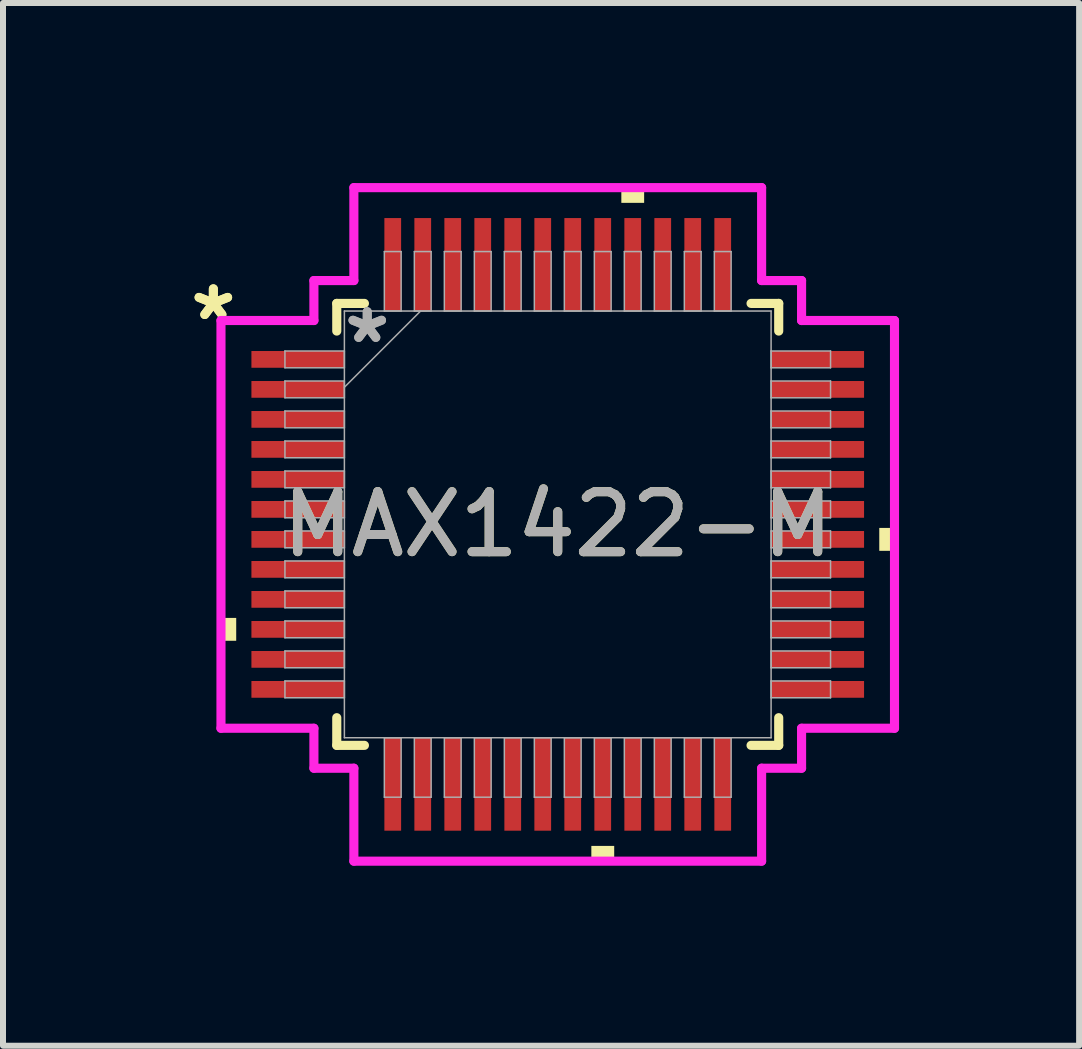
<source format=kicad_pcb>
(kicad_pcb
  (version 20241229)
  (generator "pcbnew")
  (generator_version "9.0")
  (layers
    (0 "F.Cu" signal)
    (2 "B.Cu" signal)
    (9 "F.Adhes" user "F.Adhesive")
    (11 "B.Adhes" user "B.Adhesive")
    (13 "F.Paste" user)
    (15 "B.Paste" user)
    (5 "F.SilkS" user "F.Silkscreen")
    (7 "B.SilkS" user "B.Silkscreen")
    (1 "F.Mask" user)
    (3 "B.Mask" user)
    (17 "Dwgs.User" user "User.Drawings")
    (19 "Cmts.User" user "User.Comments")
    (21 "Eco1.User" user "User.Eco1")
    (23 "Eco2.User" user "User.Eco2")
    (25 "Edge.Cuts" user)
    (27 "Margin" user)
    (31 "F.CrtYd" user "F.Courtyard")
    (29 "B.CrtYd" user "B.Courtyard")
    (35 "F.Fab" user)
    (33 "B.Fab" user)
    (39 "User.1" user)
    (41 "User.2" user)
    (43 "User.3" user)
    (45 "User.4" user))
  (footprint "MAX1422-M"
    (layer "F.Cu")
    (at 6.246 5.69)
    (property "Reference" "MAX1422-M" (at 0 0 0) (unlocked yes) (layer "F.SilkS") (effects (font (size 1 1) (thickness 0.15))))
    (attr smd)
    (fp_line (start -3.683 -3.683) (end -3.683 -3.222) (stroke (width 0.152) (type solid)) (layer "F.SilkS"))
    (fp_line (start -3.683 3.222) (end -3.683 3.683) (stroke (width 0.152) (type solid)) (layer "F.SilkS"))
    (fp_line (start -3.683 3.683) (end -3.222 3.683) (stroke (width 0.152) (type solid)) (layer "F.SilkS"))
    (fp_line (start -3.222 -3.683) (end -3.683 -3.683) (stroke (width 0.152) (type solid)) (layer "F.SilkS"))
    (fp_line (start 3.222 3.683) (end 3.683 3.683) (stroke (width 0.152) (type solid)) (layer "F.SilkS"))
    (fp_line (start 3.683 -3.683) (end 3.222 -3.683) (stroke (width 0.152) (type solid)) (layer "F.SilkS"))
    (fp_line (start 3.683 -3.222) (end 3.683 -3.683) (stroke (width 0.152) (type solid)) (layer "F.SilkS"))
    (fp_line (start 3.683 3.683) (end 3.683 3.222) (stroke (width 0.152) (type solid)) (layer "F.SilkS"))
    (fp_poly (pts (xy -5.613 1.559) (xy -5.613 1.94) (xy -5.359 1.94) (xy -5.359 1.559)) (stroke (width 0) (type solid)) (fill yes) (layer "F.SilkS"))
    (fp_poly (pts (xy 0.56 5.359) (xy 0.56 5.613) (xy 0.941 5.613) (xy 0.941 5.359)) (stroke (width 0) (type solid)) (fill yes) (layer "F.SilkS"))
    (fp_poly (pts (xy 1.06 -5.359) (xy 1.06 -5.613) (xy 1.44 -5.613) (xy 1.44 -5.359)) (stroke (width 0) (type solid)) (fill yes) (layer "F.SilkS"))
    (fp_poly (pts (xy 5.613 0.059) (xy 5.613 0.441) (xy 5.359 0.441) (xy 5.359 0.059)) (stroke (width 0) (type solid)) (fill yes) (layer "F.SilkS"))
    (fp_line (start -5.613 -3.398) (end -4.064 -3.398) (stroke (width 0.152) (type solid)) (layer "F.CrtYd"))
    (fp_line (start -5.613 3.398) (end -5.613 -3.398) (stroke (width 0.152) (type solid)) (layer "F.CrtYd"))
    (fp_line (start -4.064 -4.064) (end -3.398 -4.064) (stroke (width 0.152) (type solid)) (layer "F.CrtYd"))
    (fp_line (start -4.064 -3.398) (end -4.064 -4.064) (stroke (width 0.152) (type solid)) (layer "F.CrtYd"))
    (fp_line (start -4.064 3.398) (end -5.613 3.398) (stroke (width 0.152) (type solid)) (layer "F.CrtYd"))
    (fp_line (start -4.064 4.064) (end -4.064 3.398) (stroke (width 0.152) (type solid)) (layer "F.CrtYd"))
    (fp_line (start -4.064 4.064) (end -3.398 4.064) (stroke (width 0.152) (type solid)) (layer "F.CrtYd"))
    (fp_line (start -3.398 -5.613) (end 3.398 -5.613) (stroke (width 0.152) (type solid)) (layer "F.CrtYd"))
    (fp_line (start -3.398 -4.064) (end -3.398 -5.613) (stroke (width 0.152) (type solid)) (layer "F.CrtYd"))
    (fp_line (start -3.398 4.064) (end -3.398 5.613) (stroke (width 0.152) (type solid)) (layer "F.CrtYd"))
    (fp_line (start -3.398 5.613) (end 3.398 5.613) (stroke (width 0.152) (type solid)) (layer "F.CrtYd"))
    (fp_line (start 3.398 -5.613) (end 3.398 -4.064) (stroke (width 0.152) (type solid)) (layer "F.CrtYd"))
    (fp_line (start 3.398 -4.064) (end 4.064 -4.064) (stroke (width 0.152) (type solid)) (layer "F.CrtYd"))
    (fp_line (start 3.398 4.064) (end 4.064 4.064) (stroke (width 0.152) (type solid)) (layer "F.CrtYd"))
    (fp_line (start 3.398 5.613) (end 3.398 4.064) (stroke (width 0.152) (type solid)) (layer "F.CrtYd"))
    (fp_line (start 4.064 -3.398) (end 4.064 -4.064) (stroke (width 0.152) (type solid)) (layer "F.CrtYd"))
    (fp_line (start 4.064 3.398) (end 5.613 3.398) (stroke (width 0.152) (type solid)) (layer "F.CrtYd"))
    (fp_line (start 4.064 4.064) (end 4.064 3.398) (stroke (width 0.152) (type solid)) (layer "F.CrtYd"))
    (fp_line (start 5.613 -3.398) (end 4.064 -3.398) (stroke (width 0.152) (type solid)) (layer "F.CrtYd"))
    (fp_line (start 5.613 3.398) (end 5.613 -3.398) (stroke (width 0.152) (type solid)) (layer "F.CrtYd"))
    (fp_line (start -4.547 -2.89) (end -4.547 -2.61) (stroke (width 0.025) (type solid)) (layer "F.Fab"))
    (fp_line (start -4.547 -2.61) (end -3.556 -2.61) (stroke (width 0.025) (type solid)) (layer "F.Fab"))
    (fp_line (start -4.547 -2.39) (end -4.547 -2.11) (stroke (width 0.025) (type solid)) (layer "F.Fab"))
    (fp_line (start -4.547 -2.11) (end -3.556 -2.11) (stroke (width 0.025) (type solid)) (layer "F.Fab"))
    (fp_line (start -4.547 -1.89) (end -4.547 -1.61) (stroke (width 0.025) (type solid)) (layer "F.Fab"))
    (fp_line (start -4.547 -1.61) (end -3.556 -1.61) (stroke (width 0.025) (type solid)) (layer "F.Fab"))
    (fp_line (start -4.547 -1.39) (end -4.547 -1.11) (stroke (width 0.025) (type solid)) (layer "F.Fab"))
    (fp_line (start -4.547 -1.11) (end -3.556 -1.11) (stroke (width 0.025) (type solid)) (layer "F.Fab"))
    (fp_line (start -4.547 -0.89) (end -4.547 -0.61) (stroke (width 0.025) (type solid)) (layer "F.Fab"))
    (fp_line (start -4.547 -0.61) (end -3.556 -0.61) (stroke (width 0.025) (type solid)) (layer "F.Fab"))
    (fp_line (start -4.547 -0.39) (end -4.547 -0.11) (stroke (width 0.025) (type solid)) (layer "F.Fab"))
    (fp_line (start -4.547 -0.11) (end -3.556 -0.11) (stroke (width 0.025) (type solid)) (layer "F.Fab"))
    (fp_line (start -4.547 0.11) (end -4.547 0.39) (stroke (width 0.025) (type solid)) (layer "F.Fab"))
    (fp_line (start -4.547 0.39) (end -3.556 0.39) (stroke (width 0.025) (type solid)) (layer "F.Fab"))
    (fp_line (start -4.547 0.61) (end -4.547 0.89) (stroke (width 0.025) (type solid)) (layer "F.Fab"))
    (fp_line (start -4.547 0.89) (end -3.556 0.89) (stroke (width 0.025) (type solid)) (layer "F.Fab"))
    (fp_line (start -4.547 1.11) (end -4.547 1.39) (stroke (width 0.025) (type solid)) (layer "F.Fab"))
    (fp_line (start -4.547 1.39) (end -3.556 1.39) (stroke (width 0.025) (type solid)) (layer "F.Fab"))
    (fp_line (start -4.547 1.61) (end -4.547 1.89) (stroke (width 0.025) (type solid)) (layer "F.Fab"))
    (fp_line (start -4.547 1.89) (end -3.556 1.89) (stroke (width 0.025) (type solid)) (layer "F.Fab"))
    (fp_line (start -4.547 2.11) (end -4.547 2.39) (stroke (width 0.025) (type solid)) (layer "F.Fab"))
    (fp_line (start -4.547 2.39) (end -3.556 2.39) (stroke (width 0.025) (type solid)) (layer "F.Fab"))
    (fp_line (start -4.547 2.61) (end -4.547 2.89) (stroke (width 0.025) (type solid)) (layer "F.Fab"))
    (fp_line (start -4.547 2.89) (end -3.556 2.89) (stroke (width 0.025) (type solid)) (layer "F.Fab"))
    (fp_line (start -3.556 -3.556) (end -3.556 3.556) (stroke (width 0.025) (type solid)) (layer "F.Fab"))
    (fp_line (start -3.556 -2.89) (end -4.547 -2.89) (stroke (width 0.025) (type solid)) (layer "F.Fab"))
    (fp_line (start -3.556 -2.61) (end -3.556 -2.89) (stroke (width 0.025) (type solid)) (layer "F.Fab"))
    (fp_line (start -3.556 -2.39) (end -4.547 -2.39) (stroke (width 0.025) (type solid)) (layer "F.Fab"))
    (fp_line (start -3.556 -2.286) (end -2.286 -3.556) (stroke (width 0.025) (type solid)) (layer "F.Fab"))
    (fp_line (start -3.556 -2.11) (end -3.556 -2.39) (stroke (width 0.025) (type solid)) (layer "F.Fab"))
    (fp_line (start -3.556 -1.89) (end -4.547 -1.89) (stroke (width 0.025) (type solid)) (layer "F.Fab"))
    (fp_line (start -3.556 -1.61) (end -3.556 -1.89) (stroke (width 0.025) (type solid)) (layer "F.Fab"))
    (fp_line (start -3.556 -1.39) (end -4.547 -1.39) (stroke (width 0.025) (type solid)) (layer "F.Fab"))
    (fp_line (start -3.556 -1.11) (end -3.556 -1.39) (stroke (width 0.025) (type solid)) (layer "F.Fab"))
    (fp_line (start -3.556 -0.89) (end -4.547 -0.89) (stroke (width 0.025) (type solid)) (layer "F.Fab"))
    (fp_line (start -3.556 -0.61) (end -3.556 -0.89) (stroke (width 0.025) (type solid)) (layer "F.Fab"))
    (fp_line (start -3.556 -0.39) (end -4.547 -0.39) (stroke (width 0.025) (type solid)) (layer "F.Fab"))
    (fp_line (start -3.556 -0.11) (end -3.556 -0.39) (stroke (width 0.025) (type solid)) (layer "F.Fab"))
    (fp_line (start -3.556 0.11) (end -4.547 0.11) (stroke (width 0.025) (type solid)) (layer "F.Fab"))
    (fp_line (start -3.556 0.39) (end -3.556 0.11) (stroke (width 0.025) (type solid)) (layer "F.Fab"))
    (fp_line (start -3.556 0.61) (end -4.547 0.61) (stroke (width 0.025) (type solid)) (layer "F.Fab"))
    (fp_line (start -3.556 0.89) (end -3.556 0.61) (stroke (width 0.025) (type solid)) (layer "F.Fab"))
    (fp_line (start -3.556 1.11) (end -4.547 1.11) (stroke (width 0.025) (type solid)) (layer "F.Fab"))
    (fp_line (start -3.556 1.39) (end -3.556 1.11) (stroke (width 0.025) (type solid)) (layer "F.Fab"))
    (fp_line (start -3.556 1.61) (end -4.547 1.61) (stroke (width 0.025) (type solid)) (layer "F.Fab"))
    (fp_line (start -3.556 1.89) (end -3.556 1.61) (stroke (width 0.025) (type solid)) (layer "F.Fab"))
    (fp_line (start -3.556 2.11) (end -4.547 2.11) (stroke (width 0.025) (type solid)) (layer "F.Fab"))
    (fp_line (start -3.556 2.39) (end -3.556 2.11) (stroke (width 0.025) (type solid)) (layer "F.Fab"))
    (fp_line (start -3.556 2.61) (end -4.547 2.61) (stroke (width 0.025) (type solid)) (layer "F.Fab"))
    (fp_line (start -3.556 2.89) (end -3.556 2.61) (stroke (width 0.025) (type solid)) (layer "F.Fab"))
    (fp_line (start -3.556 3.556) (end 3.556 3.556) (stroke (width 0.025) (type solid)) (layer "F.Fab"))
    (fp_line (start -2.89 -4.547) (end -2.89 -3.556) (stroke (width 0.025) (type solid)) (layer "F.Fab"))
    (fp_line (start -2.89 -3.556) (end -2.61 -3.556) (stroke (width 0.025) (type solid)) (layer "F.Fab"))
    (fp_line (start -2.89 3.556) (end -2.89 4.547) (stroke (width 0.025) (type solid)) (layer "F.Fab"))
    (fp_line (start -2.89 4.547) (end -2.61 4.547) (stroke (width 0.025) (type solid)) (layer "F.Fab"))
    (fp_line (start -2.61 -4.547) (end -2.89 -4.547) (stroke (width 0.025) (type solid)) (layer "F.Fab"))
    (fp_line (start -2.61 -3.556) (end -2.61 -4.547) (stroke (width 0.025) (type solid)) (layer "F.Fab"))
    (fp_line (start -2.61 3.556) (end -2.89 3.556) (stroke (width 0.025) (type solid)) (layer "F.Fab"))
    (fp_line (start -2.61 4.547) (end -2.61 3.556) (stroke (width 0.025) (type solid)) (layer "F.Fab"))
    (fp_line (start -2.39 -4.547) (end -2.39 -3.556) (stroke (width 0.025) (type solid)) (layer "F.Fab"))
    (fp_line (start -2.39 -3.556) (end -2.11 -3.556) (stroke (width 0.025) (type solid)) (layer "F.Fab"))
    (fp_line (start -2.39 3.556) (end -2.39 4.547) (stroke (width 0.025) (type solid)) (layer "F.Fab"))
    (fp_line (start -2.39 4.547) (end -2.11 4.547) (stroke (width 0.025) (type solid)) (layer "F.Fab"))
    (fp_line (start -2.11 -4.547) (end -2.39 -4.547) (stroke (width 0.025) (type solid)) (layer "F.Fab"))
    (fp_line (start -2.11 -3.556) (end -2.11 -4.547) (stroke (width 0.025) (type solid)) (layer "F.Fab"))
    (fp_line (start -2.11 3.556) (end -2.39 3.556) (stroke (width 0.025) (type solid)) (layer "F.Fab"))
    (fp_line (start -2.11 4.547) (end -2.11 3.556) (stroke (width 0.025) (type solid)) (layer "F.Fab"))
    (fp_line (start -1.89 -4.547) (end -1.89 -3.556) (stroke (width 0.025) (type solid)) (layer "F.Fab"))
    (fp_line (start -1.89 -3.556) (end -1.61 -3.556) (stroke (width 0.025) (type solid)) (layer "F.Fab"))
    (fp_line (start -1.89 3.556) (end -1.89 4.547) (stroke (width 0.025) (type solid)) (layer "F.Fab"))
    (fp_line (start -1.89 4.547) (end -1.61 4.547) (stroke (width 0.025) (type solid)) (layer "F.Fab"))
    (fp_line (start -1.61 -4.547) (end -1.89 -4.547) (stroke (width 0.025) (type solid)) (layer "F.Fab"))
    (fp_line (start -1.61 -3.556) (end -1.61 -4.547) (stroke (width 0.025) (type solid)) (layer "F.Fab"))
    (fp_line (start -1.61 3.556) (end -1.89 3.556) (stroke (width 0.025) (type solid)) (layer "F.Fab"))
    (fp_line (start -1.61 4.547) (end -1.61 3.556) (stroke (width 0.025) (type solid)) (layer "F.Fab"))
    (fp_line (start -1.39 -4.547) (end -1.39 -3.556) (stroke (width 0.025) (type solid)) (layer "F.Fab"))
    (fp_line (start -1.39 -3.556) (end -1.11 -3.556) (stroke (width 0.025) (type solid)) (layer "F.Fab"))
    (fp_line (start -1.39 3.556) (end -1.39 4.547) (stroke (width 0.025) (type solid)) (layer "F.Fab"))
    (fp_line (start -1.39 4.547) (end -1.11 4.547) (stroke (width 0.025) (type solid)) (layer "F.Fab"))
    (fp_line (start -1.11 -4.547) (end -1.39 -4.547) (stroke (width 0.025) (type solid)) (layer "F.Fab"))
    (fp_line (start -1.11 -3.556) (end -1.11 -4.547) (stroke (width 0.025) (type solid)) (layer "F.Fab"))
    (fp_line (start -1.11 3.556) (end -1.39 3.556) (stroke (width 0.025) (type solid)) (layer "F.Fab"))
    (fp_line (start -1.11 4.547) (end -1.11 3.556) (stroke (width 0.025) (type solid)) (layer "F.Fab"))
    (fp_line (start -0.89 -4.547) (end -0.89 -3.556) (stroke (width 0.025) (type solid)) (layer "F.Fab"))
    (fp_line (start -0.89 -3.556) (end -0.61 -3.556) (stroke (width 0.025) (type solid)) (layer "F.Fab"))
    (fp_line (start -0.89 3.556) (end -0.89 4.547) (stroke (width 0.025) (type solid)) (layer "F.Fab"))
    (fp_line (start -0.89 4.547) (end -0.61 4.547) (stroke (width 0.025) (type solid)) (layer "F.Fab"))
    (fp_line (start -0.61 -4.547) (end -0.89 -4.547) (stroke (width 0.025) (type solid)) (layer "F.Fab"))
    (fp_line (start -0.61 -3.556) (end -0.61 -4.547) (stroke (width 0.025) (type solid)) (layer "F.Fab"))
    (fp_line (start -0.61 3.556) (end -0.89 3.556) (stroke (width 0.025) (type solid)) (layer "F.Fab"))
    (fp_line (start -0.61 4.547) (end -0.61 3.556) (stroke (width 0.025) (type solid)) (layer "F.Fab"))
    (fp_line (start -0.39 -4.547) (end -0.39 -3.556) (stroke (width 0.025) (type solid)) (layer "F.Fab"))
    (fp_line (start -0.39 -3.556) (end -0.11 -3.556) (stroke (width 0.025) (type solid)) (layer "F.Fab"))
    (fp_line (start -0.39 3.556) (end -0.39 4.547) (stroke (width 0.025) (type solid)) (layer "F.Fab"))
    (fp_line (start -0.39 4.547) (end -0.11 4.547) (stroke (width 0.025) (type solid)) (layer "F.Fab"))
    (fp_line (start -0.11 -4.547) (end -0.39 -4.547) (stroke (width 0.025) (type solid)) (layer "F.Fab"))
    (fp_line (start -0.11 -3.556) (end -0.11 -4.547) (stroke (width 0.025) (type solid)) (layer "F.Fab"))
    (fp_line (start -0.11 3.556) (end -0.39 3.556) (stroke (width 0.025) (type solid)) (layer "F.Fab"))
    (fp_line (start -0.11 4.547) (end -0.11 3.556) (stroke (width 0.025) (type solid)) (layer "F.Fab"))
    (fp_line (start 0.11 -4.547) (end 0.11 -3.556) (stroke (width 0.025) (type solid)) (layer "F.Fab"))
    (fp_line (start 0.11 -3.556) (end 0.39 -3.556) (stroke (width 0.025) (type solid)) (layer "F.Fab"))
    (fp_line (start 0.11 3.556) (end 0.11 4.547) (stroke (width 0.025) (type solid)) (layer "F.Fab"))
    (fp_line (start 0.11 4.547) (end 0.39 4.547) (stroke (width 0.025) (type solid)) (layer "F.Fab"))
    (fp_line (start 0.39 -4.547) (end 0.11 -4.547) (stroke (width 0.025) (type solid)) (layer "F.Fab"))
    (fp_line (start 0.39 -3.556) (end 0.39 -4.547) (stroke (width 0.025) (type solid)) (layer "F.Fab"))
    (fp_line (start 0.39 3.556) (end 0.11 3.556) (stroke (width 0.025) (type solid)) (layer "F.Fab"))
    (fp_line (start 0.39 4.547) (end 0.39 3.556) (stroke (width 0.025) (type solid)) (layer "F.Fab"))
    (fp_line (start 0.61 -4.547) (end 0.61 -3.556) (stroke (width 0.025) (type solid)) (layer "F.Fab"))
    (fp_line (start 0.61 -3.556) (end 0.89 -3.556) (stroke (width 0.025) (type solid)) (layer "F.Fab"))
    (fp_line (start 0.61 3.556) (end 0.61 4.547) (stroke (width 0.025) (type solid)) (layer "F.Fab"))
    (fp_line (start 0.61 4.547) (end 0.89 4.547) (stroke (width 0.025) (type solid)) (layer "F.Fab"))
    (fp_line (start 0.89 -4.547) (end 0.61 -4.547) (stroke (width 0.025) (type solid)) (layer "F.Fab"))
    (fp_line (start 0.89 -3.556) (end 0.89 -4.547) (stroke (width 0.025) (type solid)) (layer "F.Fab"))
    (fp_line (start 0.89 3.556) (end 0.61 3.556) (stroke (width 0.025) (type solid)) (layer "F.Fab"))
    (fp_line (start 0.89 4.547) (end 0.89 3.556) (stroke (width 0.025) (type solid)) (layer "F.Fab"))
    (fp_line (start 1.11 -4.547) (end 1.11 -3.556) (stroke (width 0.025) (type solid)) (layer "F.Fab"))
    (fp_line (start 1.11 -3.556) (end 1.39 -3.556) (stroke (width 0.025) (type solid)) (layer "F.Fab"))
    (fp_line (start 1.11 3.556) (end 1.11 4.547) (stroke (width 0.025) (type solid)) (layer "F.Fab"))
    (fp_line (start 1.11 4.547) (end 1.39 4.547) (stroke (width 0.025) (type solid)) (layer "F.Fab"))
    (fp_line (start 1.39 -4.547) (end 1.11 -4.547) (stroke (width 0.025) (type solid)) (layer "F.Fab"))
    (fp_line (start 1.39 -3.556) (end 1.39 -4.547) (stroke (width 0.025) (type solid)) (layer "F.Fab"))
    (fp_line (start 1.39 3.556) (end 1.11 3.556) (stroke (width 0.025) (type solid)) (layer "F.Fab"))
    (fp_line (start 1.39 4.547) (end 1.39 3.556) (stroke (width 0.025) (type solid)) (layer "F.Fab"))
    (fp_line (start 1.61 -4.547) (end 1.61 -3.556) (stroke (width 0.025) (type solid)) (layer "F.Fab"))
    (fp_line (start 1.61 -3.556) (end 1.89 -3.556) (stroke (width 0.025) (type solid)) (layer "F.Fab"))
    (fp_line (start 1.61 3.556) (end 1.61 4.547) (stroke (width 0.025) (type solid)) (layer "F.Fab"))
    (fp_line (start 1.61 4.547) (end 1.89 4.547) (stroke (width 0.025) (type solid)) (layer "F.Fab"))
    (fp_line (start 1.89 -4.547) (end 1.61 -4.547) (stroke (width 0.025) (type solid)) (layer "F.Fab"))
    (fp_line (start 1.89 -3.556) (end 1.89 -4.547) (stroke (width 0.025) (type solid)) (layer "F.Fab"))
    (fp_line (start 1.89 3.556) (end 1.61 3.556) (stroke (width 0.025) (type solid)) (layer "F.Fab"))
    (fp_line (start 1.89 4.547) (end 1.89 3.556) (stroke (width 0.025) (type solid)) (layer "F.Fab"))
    (fp_line (start 2.11 -4.547) (end 2.11 -3.556) (stroke (width 0.025) (type solid)) (layer "F.Fab"))
    (fp_line (start 2.11 -3.556) (end 2.39 -3.556) (stroke (width 0.025) (type solid)) (layer "F.Fab"))
    (fp_line (start 2.11 3.556) (end 2.11 4.547) (stroke (width 0.025) (type solid)) (layer "F.Fab"))
    (fp_line (start 2.11 4.547) (end 2.39 4.547) (stroke (width 0.025) (type solid)) (layer "F.Fab"))
    (fp_line (start 2.39 -4.547) (end 2.11 -4.547) (stroke (width 0.025) (type solid)) (layer "F.Fab"))
    (fp_line (start 2.39 -3.556) (end 2.39 -4.547) (stroke (width 0.025) (type solid)) (layer "F.Fab"))
    (fp_line (start 2.39 3.556) (end 2.11 3.556) (stroke (width 0.025) (type solid)) (layer "F.Fab"))
    (fp_line (start 2.39 4.547) (end 2.39 3.556) (stroke (width 0.025) (type solid)) (layer "F.Fab"))
    (fp_line (start 2.61 -4.547) (end 2.61 -3.556) (stroke (width 0.025) (type solid)) (layer "F.Fab"))
    (fp_line (start 2.61 -3.556) (end 2.89 -3.556) (stroke (width 0.025) (type solid)) (layer "F.Fab"))
    (fp_line (start 2.61 3.556) (end 2.61 4.547) (stroke (width 0.025) (type solid)) (layer "F.Fab"))
    (fp_line (start 2.61 4.547) (end 2.89 4.547) (stroke (width 0.025) (type solid)) (layer "F.Fab"))
    (fp_line (start 2.89 -4.547) (end 2.61 -4.547) (stroke (width 0.025) (type solid)) (layer "F.Fab"))
    (fp_line (start 2.89 -3.556) (end 2.89 -4.547) (stroke (width 0.025) (type solid)) (layer "F.Fab"))
    (fp_line (start 2.89 3.556) (end 2.61 3.556) (stroke (width 0.025) (type solid)) (layer "F.Fab"))
    (fp_line (start 2.89 4.547) (end 2.89 3.556) (stroke (width 0.025) (type solid)) (layer "F.Fab"))
    (fp_line (start 3.556 -3.556) (end -3.556 -3.556) (stroke (width 0.025) (type solid)) (layer "F.Fab"))
    (fp_line (start 3.556 -2.89) (end 3.556 -2.61) (stroke (width 0.025) (type solid)) (layer "F.Fab"))
    (fp_line (start 3.556 -2.61) (end 4.547 -2.61) (stroke (width 0.025) (type solid)) (layer "F.Fab"))
    (fp_line (start 3.556 -2.39) (end 3.556 -2.11) (stroke (width 0.025) (type solid)) (layer "F.Fab"))
    (fp_line (start 3.556 -2.11) (end 4.547 -2.11) (stroke (width 0.025) (type solid)) (layer "F.Fab"))
    (fp_line (start 3.556 -1.89) (end 3.556 -1.61) (stroke (width 0.025) (type solid)) (layer "F.Fab"))
    (fp_line (start 3.556 -1.61) (end 4.547 -1.61) (stroke (width 0.025) (type solid)) (layer "F.Fab"))
    (fp_line (start 3.556 -1.39) (end 3.556 -1.11) (stroke (width 0.025) (type solid)) (layer "F.Fab"))
    (fp_line (start 3.556 -1.11) (end 4.547 -1.11) (stroke (width 0.025) (type solid)) (layer "F.Fab"))
    (fp_line (start 3.556 -0.89) (end 3.556 -0.61) (stroke (width 0.025) (type solid)) (layer "F.Fab"))
    (fp_line (start 3.556 -0.61) (end 4.547 -0.61) (stroke (width 0.025) (type solid)) (layer "F.Fab"))
    (fp_line (start 3.556 -0.39) (end 3.556 -0.11) (stroke (width 0.025) (type solid)) (layer "F.Fab"))
    (fp_line (start 3.556 -0.11) (end 4.547 -0.11) (stroke (width 0.025) (type solid)) (layer "F.Fab"))
    (fp_line (start 3.556 0.11) (end 3.556 0.39) (stroke (width 0.025) (type solid)) (layer "F.Fab"))
    (fp_line (start 3.556 0.39) (end 4.547 0.39) (stroke (width 0.025) (type solid)) (layer "F.Fab"))
    (fp_line (start 3.556 0.61) (end 3.556 0.89) (stroke (width 0.025) (type solid)) (layer "F.Fab"))
    (fp_line (start 3.556 0.89) (end 4.547 0.89) (stroke (width 0.025) (type solid)) (layer "F.Fab"))
    (fp_line (start 3.556 1.11) (end 3.556 1.39) (stroke (width 0.025) (type solid)) (layer "F.Fab"))
    (fp_line (start 3.556 1.39) (end 4.547 1.39) (stroke (width 0.025) (type solid)) (layer "F.Fab"))
    (fp_line (start 3.556 1.61) (end 3.556 1.89) (stroke (width 0.025) (type solid)) (layer "F.Fab"))
    (fp_line (start 3.556 1.89) (end 4.547 1.89) (stroke (width 0.025) (type solid)) (layer "F.Fab"))
    (fp_line (start 3.556 2.11) (end 3.556 2.39) (stroke (width 0.025) (type solid)) (layer "F.Fab"))
    (fp_line (start 3.556 2.39) (end 4.547 2.39) (stroke (width 0.025) (type solid)) (layer "F.Fab"))
    (fp_line (start 3.556 2.61) (end 3.556 2.89) (stroke (width 0.025) (type solid)) (layer "F.Fab"))
    (fp_line (start 3.556 2.89) (end 4.547 2.89) (stroke (width 0.025) (type solid)) (layer "F.Fab"))
    (fp_line (start 3.556 3.556) (end 3.556 -3.556) (stroke (width 0.025) (type solid)) (layer "F.Fab"))
    (fp_line (start 4.547 -2.89) (end 3.556 -2.89) (stroke (width 0.025) (type solid)) (layer "F.Fab"))
    (fp_line (start 4.547 -2.61) (end 4.547 -2.89) (stroke (width 0.025) (type solid)) (layer "F.Fab"))
    (fp_line (start 4.547 -2.39) (end 3.556 -2.39) (stroke (width 0.025) (type solid)) (layer "F.Fab"))
    (fp_line (start 4.547 -2.11) (end 4.547 -2.39) (stroke (width 0.025) (type solid)) (layer "F.Fab"))
    (fp_line (start 4.547 -1.89) (end 3.556 -1.89) (stroke (width 0.025) (type solid)) (layer "F.Fab"))
    (fp_line (start 4.547 -1.61) (end 4.547 -1.89) (stroke (width 0.025) (type solid)) (layer "F.Fab"))
    (fp_line (start 4.547 -1.39) (end 3.556 -1.39) (stroke (width 0.025) (type solid)) (layer "F.Fab"))
    (fp_line (start 4.547 -1.11) (end 4.547 -1.39) (stroke (width 0.025) (type solid)) (layer "F.Fab"))
    (fp_line (start 4.547 -0.89) (end 3.556 -0.89) (stroke (width 0.025) (type solid)) (layer "F.Fab"))
    (fp_line (start 4.547 -0.61) (end 4.547 -0.89) (stroke (width 0.025) (type solid)) (layer "F.Fab"))
    (fp_line (start 4.547 -0.39) (end 3.556 -0.39) (stroke (width 0.025) (type solid)) (layer "F.Fab"))
    (fp_line (start 4.547 -0.11) (end 4.547 -0.39) (stroke (width 0.025) (type solid)) (layer "F.Fab"))
    (fp_line (start 4.547 0.11) (end 3.556 0.11) (stroke (width 0.025) (type solid)) (layer "F.Fab"))
    (fp_line (start 4.547 0.39) (end 4.547 0.11) (stroke (width 0.025) (type solid)) (layer "F.Fab"))
    (fp_line (start 4.547 0.61) (end 3.556 0.61) (stroke (width 0.025) (type solid)) (layer "F.Fab"))
    (fp_line (start 4.547 0.89) (end 4.547 0.61) (stroke (width 0.025) (type solid)) (layer "F.Fab"))
    (fp_line (start 4.547 1.11) (end 3.556 1.11) (stroke (width 0.025) (type solid)) (layer "F.Fab"))
    (fp_line (start 4.547 1.39) (end 4.547 1.11) (stroke (width 0.025) (type solid)) (layer "F.Fab"))
    (fp_line (start 4.547 1.61) (end 3.556 1.61) (stroke (width 0.025) (type solid)) (layer "F.Fab"))
    (fp_line (start 4.547 1.89) (end 4.547 1.61) (stroke (width 0.025) (type solid)) (layer "F.Fab"))
    (fp_line (start 4.547 2.11) (end 3.556 2.11) (stroke (width 0.025) (type solid)) (layer "F.Fab"))
    (fp_line (start 4.547 2.39) (end 4.547 2.11) (stroke (width 0.025) (type solid)) (layer "F.Fab"))
    (fp_line (start 4.547 2.61) (end 3.556 2.61) (stroke (width 0.025) (type solid)) (layer "F.Fab"))
    (fp_line (start 4.547 2.89) (end 4.547 2.61) (stroke (width 0.025) (type solid)) (layer "F.Fab"))
    (fp_text user "*" (at -5.74 -3.381 0) (unlocked yes) (layer "F.SilkS") (effects (font (size 1 1) (thickness 0.15))))
    (fp_text user "*" (at -5.74 -3.381 0) (layer "F.SilkS") (effects (font (size 1 1) (thickness 0.15))))
    (fp_text user "*" (at -3.175 -3 0) (layer "F.Fab") (effects (font (size 1 1) (thickness 0.15))))
    (fp_text user "${REFERENCE}" (at 0 0 0) (unlocked yes) (layer "F.Fab") (effects (font (size 1 1) (thickness 0.15))))
    (fp_text user "*" (at -3.175 -3 0) (unlocked yes) (layer "F.Fab") (effects (font (size 1 1) (thickness 0.15))))
    (pad "1" smd rect (at -4.331 -2.75 90) (size 0.279 1.549) (layers "F.Cu" "F.Mask" "F.Paste"))
    (pad "2" smd rect (at -4.331 -2.25 90) (size 0.279 1.549) (layers "F.Cu" "F.Mask" "F.Paste"))
    (pad "3" smd rect (at -4.331 -1.75 90) (size 0.279 1.549) (layers "F.Cu" "F.Mask" "F.Paste"))
    (pad "4" smd rect (at -4.331 -1.25 90) (size 0.279 1.549) (layers "F.Cu" "F.Mask" "F.Paste"))
    (pad "5" smd rect (at -4.331 -0.75 90) (size 0.279 1.549) (layers "F.Cu" "F.Mask" "F.Paste"))
    (pad "6" smd rect (at -4.331 -0.25 90) (size 0.279 1.549) (layers "F.Cu" "F.Mask" "F.Paste"))
    (pad "7" smd rect (at -4.331 0.25 90) (size 0.279 1.549) (layers "F.Cu" "F.Mask" "F.Paste"))
    (pad "8" smd rect (at -4.331 0.75 90) (size 0.279 1.549) (layers "F.Cu" "F.Mask" "F.Paste"))
    (pad "9" smd rect (at -4.331 1.25 90) (size 0.279 1.549) (layers "F.Cu" "F.Mask" "F.Paste"))
    (pad "10" smd rect (at -4.331 1.75 90) (size 0.279 1.549) (layers "F.Cu" "F.Mask" "F.Paste"))
    (pad "11" smd rect (at -4.331 2.25 90) (size 0.279 1.549) (layers "F.Cu" "F.Mask" "F.Paste"))
    (pad "12" smd rect (at -4.331 2.75 90) (size 0.279 1.549) (layers "F.Cu" "F.Mask" "F.Paste"))
    (pad "13" smd rect (at -2.75 4.331) (size 0.279 1.549) (layers "F.Cu" "F.Mask" "F.Paste"))
    (pad "14" smd rect (at -2.25 4.331) (size 0.279 1.549) (layers "F.Cu" "F.Mask" "F.Paste"))
    (pad "15" smd rect (at -1.75 4.331) (size 0.279 1.549) (layers "F.Cu" "F.Mask" "F.Paste"))
    (pad "16" smd rect (at -1.25 4.331) (size 0.279 1.549) (layers "F.Cu" "F.Mask" "F.Paste"))
    (pad "17" smd rect (at -0.75 4.331) (size 0.279 1.549) (layers "F.Cu" "F.Mask" "F.Paste"))
    (pad "18" smd rect (at -0.25 4.331) (size 0.279 1.549) (layers "F.Cu" "F.Mask" "F.Paste"))
    (pad "19" smd rect (at 0.25 4.331) (size 0.279 1.549) (layers "F.Cu" "F.Mask" "F.Paste"))
    (pad "20" smd rect (at 0.75 4.331) (size 0.279 1.549) (layers "F.Cu" "F.Mask" "F.Paste"))
    (pad "21" smd rect (at 1.25 4.331) (size 0.279 1.549) (layers "F.Cu" "F.Mask" "F.Paste"))
    (pad "22" smd rect (at 1.75 4.331) (size 0.279 1.549) (layers "F.Cu" "F.Mask" "F.Paste"))
    (pad "23" smd rect (at 2.25 4.331) (size 0.279 1.549) (layers "F.Cu" "F.Mask" "F.Paste"))
    (pad "24" smd rect (at 2.75 4.331) (size 0.279 1.549) (layers "F.Cu" "F.Mask" "F.Paste"))
    (pad "25" smd rect (at 4.331 2.75 90) (size 0.279 1.549) (layers "F.Cu" "F.Mask" "F.Paste"))
    (pad "26" smd rect (at 4.331 2.25 90) (size 0.279 1.549) (layers "F.Cu" "F.Mask" "F.Paste"))
    (pad "27" smd rect (at 4.331 1.75 90) (size 0.279 1.549) (layers "F.Cu" "F.Mask" "F.Paste"))
    (pad "28" smd rect (at 4.331 1.25 90) (size 0.279 1.549) (layers "F.Cu" "F.Mask" "F.Paste"))
    (pad "29" smd rect (at 4.331 0.75 90) (size 0.279 1.549) (layers "F.Cu" "F.Mask" "F.Paste"))
    (pad "30" smd rect (at 4.331 0.25 90) (size 0.279 1.549) (layers "F.Cu" "F.Mask" "F.Paste"))
    (pad "31" smd rect (at 4.331 -0.25 90) (size 0.279 1.549) (layers "F.Cu" "F.Mask" "F.Paste"))
    (pad "32" smd rect (at 4.331 -0.75 90) (size 0.279 1.549) (layers "F.Cu" "F.Mask" "F.Paste"))
    (pad "33" smd rect (at 4.331 -1.25 90) (size 0.279 1.549) (layers "F.Cu" "F.Mask" "F.Paste"))
    (pad "34" smd rect (at 4.331 -1.75 90) (size 0.279 1.549) (layers "F.Cu" "F.Mask" "F.Paste"))
    (pad "35" smd rect (at 4.331 -2.25 90) (size 0.279 1.549) (layers "F.Cu" "F.Mask" "F.Paste"))
    (pad "36" smd rect (at 4.331 -2.75 90) (size 0.279 1.549) (layers "F.Cu" "F.Mask" "F.Paste"))
    (pad "37" smd rect (at 2.75 -4.331) (size 0.279 1.549) (layers "F.Cu" "F.Mask" "F.Paste"))
    (pad "38" smd rect (at 2.25 -4.331) (size 0.279 1.549) (layers "F.Cu" "F.Mask" "F.Paste"))
    (pad "39" smd rect (at 1.75 -4.331) (size 0.279 1.549) (layers "F.Cu" "F.Mask" "F.Paste"))
    (pad "40" smd rect (at 1.25 -4.331) (size 0.279 1.549) (layers "F.Cu" "F.Mask" "F.Paste"))
    (pad "41" smd rect (at 0.75 -4.331) (size 0.279 1.549) (layers "F.Cu" "F.Mask" "F.Paste"))
    (pad "42" smd rect (at 0.25 -4.331) (size 0.279 1.549) (layers "F.Cu" "F.Mask" "F.Paste"))
    (pad "43" smd rect (at -0.25 -4.331) (size 0.279 1.549) (layers "F.Cu" "F.Mask" "F.Paste"))
    (pad "44" smd rect (at -0.75 -4.331) (size 0.279 1.549) (layers "F.Cu" "F.Mask" "F.Paste"))
    (pad "45" smd rect (at -1.25 -4.331) (size 0.279 1.549) (layers "F.Cu" "F.Mask" "F.Paste"))
    (pad "46" smd rect (at -1.75 -4.331) (size 0.279 1.549) (layers "F.Cu" "F.Mask" "F.Paste"))
    (pad "47" smd rect (at -2.25 -4.331) (size 0.279 1.549) (layers "F.Cu" "F.Mask" "F.Paste"))
    (pad "48" smd rect (at -2.75 -4.331) (size 0.279 1.549) (layers "F.Cu" "F.Mask" "F.Paste")))
  (gr_rect
    (start -3 -3)
    (end 14.936 14.379)
    (stroke (width 0.1) (type default))
    (fill no)
    (layer "Edge.Cuts")))
</source>
